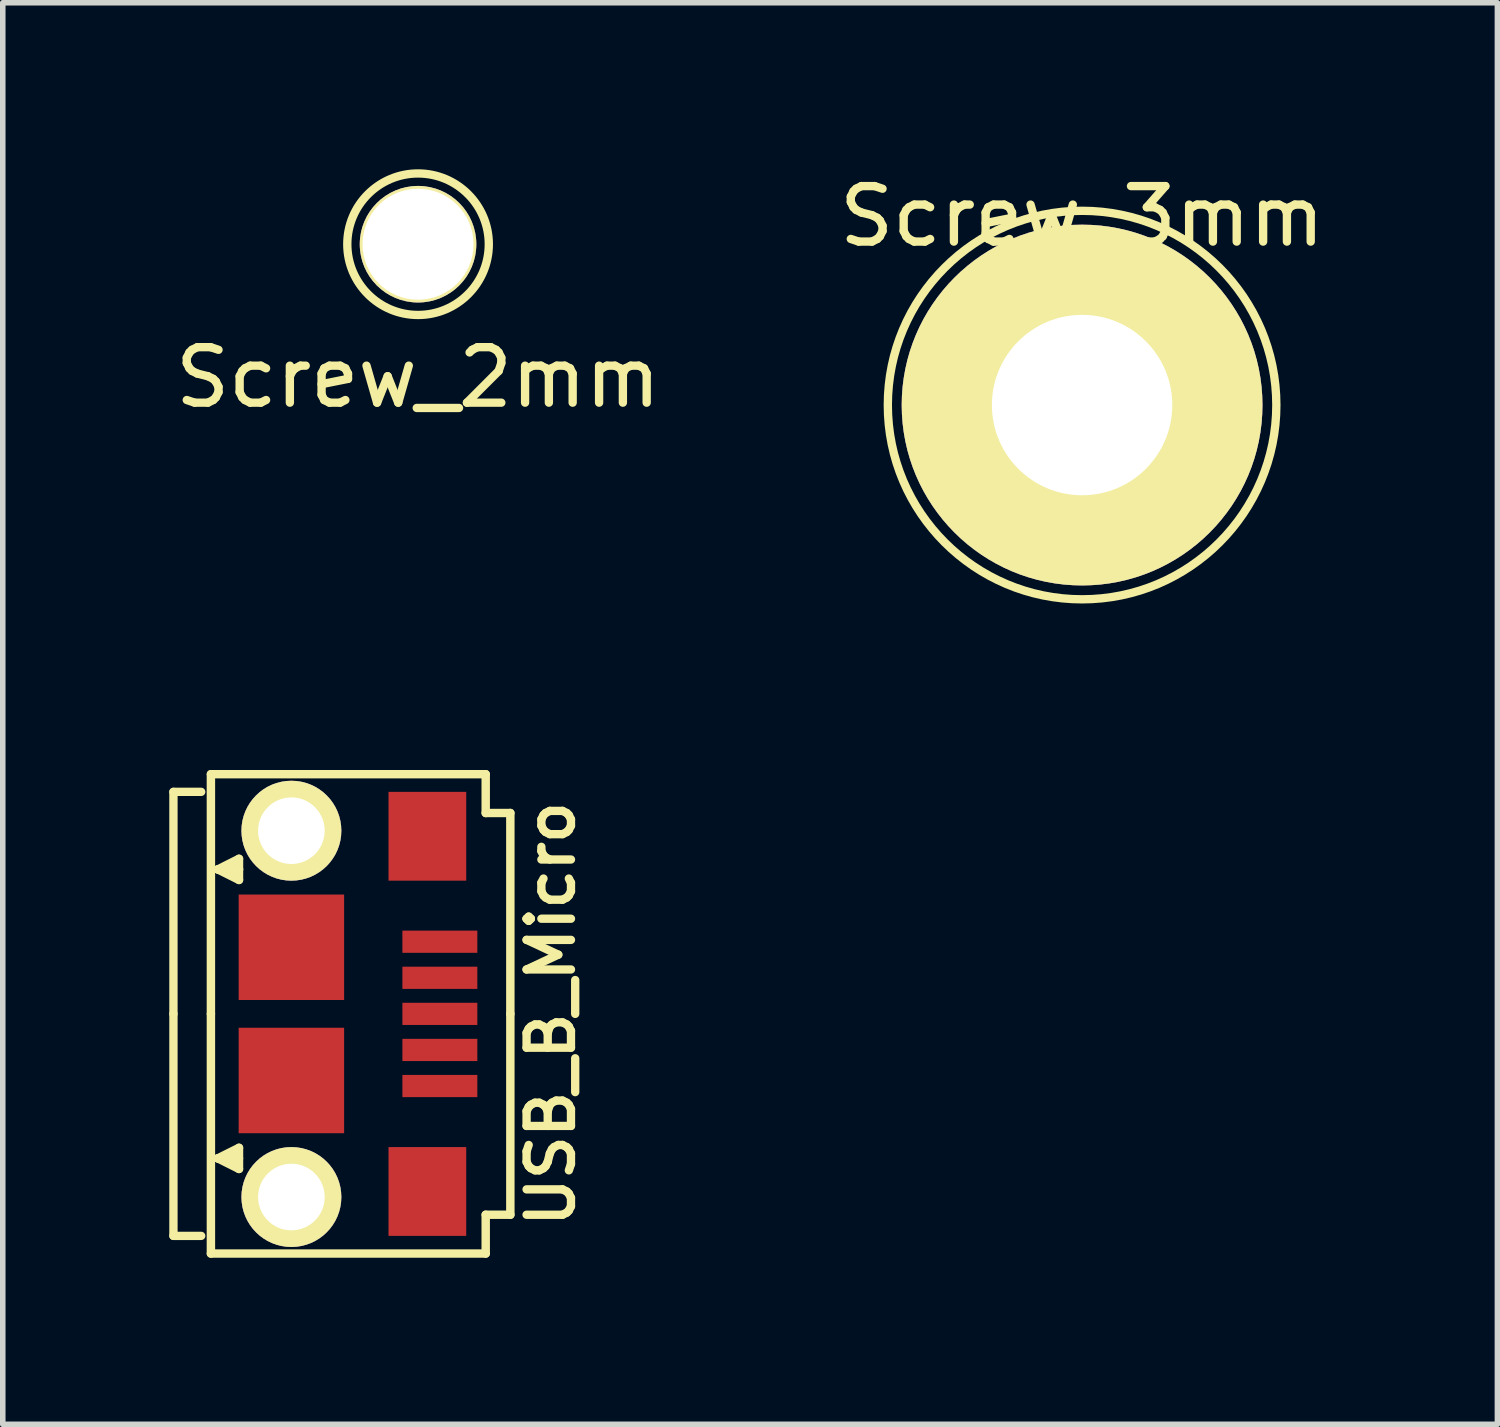
<source format=kicad_pcb>
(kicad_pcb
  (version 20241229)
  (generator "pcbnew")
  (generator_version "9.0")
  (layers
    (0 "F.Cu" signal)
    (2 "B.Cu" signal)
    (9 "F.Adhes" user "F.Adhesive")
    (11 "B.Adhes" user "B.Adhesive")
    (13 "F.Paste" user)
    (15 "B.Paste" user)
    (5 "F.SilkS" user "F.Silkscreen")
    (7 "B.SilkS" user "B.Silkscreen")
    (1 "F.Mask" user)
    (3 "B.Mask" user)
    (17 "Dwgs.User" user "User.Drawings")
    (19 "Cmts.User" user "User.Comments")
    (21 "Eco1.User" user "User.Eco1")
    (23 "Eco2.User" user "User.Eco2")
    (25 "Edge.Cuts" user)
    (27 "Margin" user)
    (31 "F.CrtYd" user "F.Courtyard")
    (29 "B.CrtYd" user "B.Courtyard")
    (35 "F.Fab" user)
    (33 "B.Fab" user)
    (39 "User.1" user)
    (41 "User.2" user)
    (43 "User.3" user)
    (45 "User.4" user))
  (footprint "Screw_2mm"
    (layer "F.Cu")
    (at 4.482 1.35)
    (property "Reference" "Screw_2mm" (at 0 2.4 0) (layer "F.SilkS") (effects (font (size 1 1) (thickness 0.15))))
    (attr through_hole)
    (fp_circle (center 0 0) (end -1.25 0.25) (stroke (width 0.15) (type solid)) (fill no) (layer "F.SilkS"))
    (pad "1" thru_hole circle (at 0 0) (size 2.1 2.1) (drill 2) (layers "*.Cu" "*.Mask" "F.SilkS")))
  (footprint "Screw_3mm"
    (layer "F.Cu")
    (at 16.446 4.248)
    (property "Reference" "Screw_3mm" (at 0 -3.4 0) (layer "F.SilkS") (effects (font (size 1 1) (thickness 0.15))))
    (attr through_hole)
    (fp_circle (center 0 0) (end -3.5 0) (stroke (width 0.15) (type solid)) (fill no) (layer "F.SilkS"))
    (pad "1" thru_hole circle (at 0 0) (size 6.5 6.5) (drill 3.25) (layers "*.Cu" "*.Mask" "F.SilkS")))
  (footprint "USB_B_Micro"
    (layer "F.Cu")
    (at 4.875 15.217)
    (property "Reference" "USB_B_Micro" (at 2 0 90) (layer "F.SilkS") (effects (font (size 0.8 0.8) (thickness 0.15))))
    (attr smd)
    (fp_line (start -4.8 -4) (end -4.3 -4) (stroke (width 0.15) (type solid)) (layer "F.SilkS"))
    (fp_line (start -4.8 0) (end -4.8 -4) (stroke (width 0.15) (type solid)) (layer "F.SilkS"))
    (fp_line (start -4.8 0) (end -4.8 4) (stroke (width 0.15) (type solid)) (layer "F.SilkS"))
    (fp_line (start -4.8 4) (end -4.3 4) (stroke (width 0.15) (type solid)) (layer "F.SilkS"))
    (fp_line (start -4.125 -4.318) (end -4.125 0) (stroke (width 0.152) (type solid)) (layer "F.SilkS"))
    (fp_line (start -4.125 0) (end -4.125 4.318) (stroke (width 0.152) (type solid)) (layer "F.SilkS"))
    (fp_line (start -4.125 4.318) (end 0.826 4.318) (stroke (width 0.152) (type solid)) (layer "F.SilkS"))
    (fp_line (start -4 -2.603) (end -3.619 -2.413) (stroke (width 0.152) (type solid)) (layer "F.SilkS"))
    (fp_line (start -4 2.603) (end -3.619 2.413) (stroke (width 0.152) (type solid)) (layer "F.SilkS"))
    (fp_line (start -3.619 -2.794) (end -4 -2.603) (stroke (width 0.152) (type solid)) (layer "F.SilkS"))
    (fp_line (start -3.619 -2.603) (end -4 -2.603) (stroke (width 0.152) (type solid)) (layer "F.SilkS"))
    (fp_line (start -3.619 -2.603) (end -3.619 -2.794) (stroke (width 0.152) (type solid)) (layer "F.SilkS"))
    (fp_line (start -3.619 -2.413) (end -3.619 -2.603) (stroke (width 0.152) (type solid)) (layer "F.SilkS"))
    (fp_line (start -3.619 2.413) (end -3.619 2.794) (stroke (width 0.152) (type solid)) (layer "F.SilkS"))
    (fp_line (start -3.619 2.603) (end -4 2.603) (stroke (width 0.152) (type solid)) (layer "F.SilkS"))
    (fp_line (start -3.619 2.794) (end -4 2.603) (stroke (width 0.152) (type solid)) (layer "F.SilkS"))
    (fp_line (start 0.826 -4.318) (end -4.125 -4.318) (stroke (width 0.152) (type solid)) (layer "F.SilkS"))
    (fp_line (start 0.826 -3.619) (end 0.826 -4.318) (stroke (width 0.152) (type solid)) (layer "F.SilkS"))
    (fp_line (start 0.826 4.318) (end 0.826 3.619) (stroke (width 0.152) (type solid)) (layer "F.SilkS"))
    (fp_line (start 1.27 -3.619) (end 0.826 -3.619) (stroke (width 0.152) (type solid)) (layer "F.SilkS"))
    (fp_line (start 1.27 0) (end 1.27 -3.619) (stroke (width 0.152) (type solid)) (layer "F.SilkS"))
    (fp_line (start 1.27 0) (end 1.27 3.619) (stroke (width 0.152) (type solid)) (layer "F.SilkS"))
    (fp_line (start 1.27 3.619) (end 0.826 3.619) (stroke (width 0.152) (type solid)) (layer "F.SilkS"))
    (pad "1" smd rect (at 0 -1.3) (size 1.35 0.4) (layers "F.Cu" "F.Mask" "F.Paste"))
    (pad "2" smd rect (at 0 -0.65) (size 1.35 0.4) (layers "F.Cu" "F.Mask" "F.Paste"))
    (pad "3" smd rect (at 0 0) (size 1.35 0.4) (layers "F.Cu" "F.Mask" "F.Paste"))
    (pad "4" smd rect (at 0 0.65) (size 1.35 0.4) (layers "F.Cu" "F.Mask" "F.Paste"))
    (pad "5" smd rect (at 0 1.3) (size 1.35 0.4) (layers "F.Cu" "F.Mask" "F.Paste"))
    (pad "6" smd rect (at -0.225 -3.2) (size 1.4 1.6) (layers "F.Cu" "F.Mask" "F.Paste"))
    (pad "7" smd rect (at -0.225 3.2) (size 1.4 1.6) (layers "F.Cu" "F.Mask" "F.Paste"))
    (pad "8" smd rect (at -2.675 -1.2) (size 1.9 1.9) (layers "F.Cu" "F.Mask" "F.Paste"))
    (pad "9" smd rect (at -2.675 1.2) (size 1.9 1.9) (layers "F.Cu" "F.Mask" "F.Paste"))
    (pad "10" thru_hole circle (at -2.675 -3.3) (size 1.8 1.8) (drill 1.2) (layers "*.Cu" "*.Paste" "*.Mask" "F.SilkS"))
    (pad "11" thru_hole circle (at -2.675 3.3) (size 1.8 1.8) (drill 1.2) (layers "*.Cu" "*.Paste" "*.Mask" "F.SilkS")))
  (gr_rect
    (start -3 -3)
    (end 23.929 22.612)
    (stroke (width 0.1) (type default))
    (fill no)
    (layer "Edge.Cuts")))
</source>
